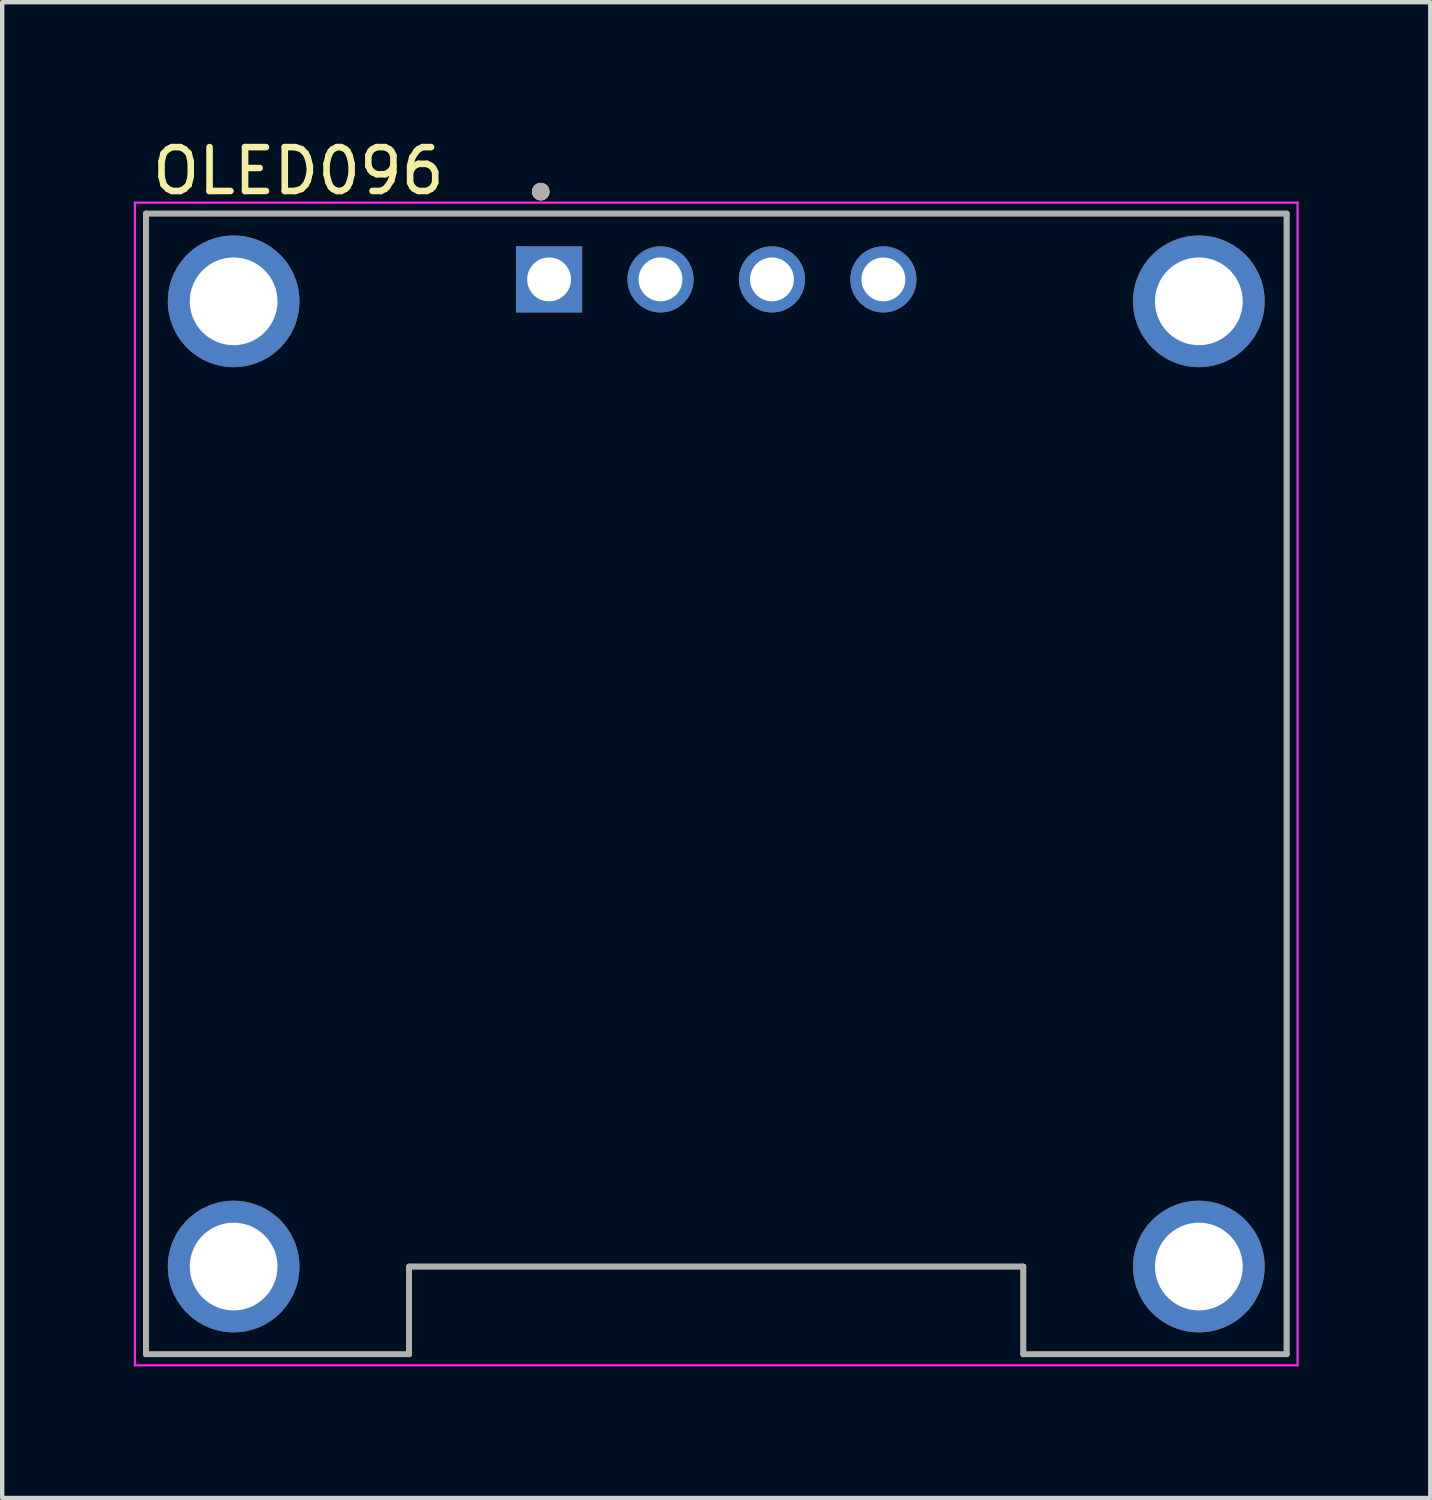
<source format=kicad_pcb>
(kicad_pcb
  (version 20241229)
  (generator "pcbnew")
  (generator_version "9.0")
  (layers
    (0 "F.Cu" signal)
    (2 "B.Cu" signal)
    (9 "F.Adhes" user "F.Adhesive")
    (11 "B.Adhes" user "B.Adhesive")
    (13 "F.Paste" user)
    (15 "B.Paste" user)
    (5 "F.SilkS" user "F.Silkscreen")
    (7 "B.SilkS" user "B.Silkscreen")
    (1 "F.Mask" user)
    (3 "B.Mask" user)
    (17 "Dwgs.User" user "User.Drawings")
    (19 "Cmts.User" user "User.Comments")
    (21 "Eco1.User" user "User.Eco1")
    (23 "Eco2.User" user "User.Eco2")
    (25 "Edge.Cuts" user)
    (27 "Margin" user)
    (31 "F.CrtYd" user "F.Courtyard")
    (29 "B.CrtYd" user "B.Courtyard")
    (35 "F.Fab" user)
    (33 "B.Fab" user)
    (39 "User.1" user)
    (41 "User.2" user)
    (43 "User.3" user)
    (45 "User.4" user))
  (footprint "OLED096"
    (layer "F.Cu")
    (at 13.275 14.818)
    (property "Reference" "OLED096" (at -9.525 -13.97 0) (layer "F.SilkS") (effects (font (size 1 1) (thickness 0.15))))
    (attr through_hole)
    (fp_line (start -13 -13) (end 13 -13) (stroke (width 0.127) (type solid)) (layer "F.SilkS"))
    (fp_line (start -13 13) (end -13 -13) (stroke (width 0.127) (type solid)) (layer "F.SilkS"))
    (fp_line (start -7 11) (end -7 13) (stroke (width 0.127) (type solid)) (layer "F.SilkS"))
    (fp_line (start -7 13) (end -13 13) (stroke (width 0.127) (type solid)) (layer "F.SilkS"))
    (fp_line (start 7 11) (end -7 11) (stroke (width 0.127) (type solid)) (layer "F.SilkS"))
    (fp_line (start 7 13) (end 7 11) (stroke (width 0.127) (type solid)) (layer "F.SilkS"))
    (fp_line (start 13 -13) (end 13 13) (stroke (width 0.127) (type solid)) (layer "F.SilkS"))
    (fp_line (start 13 13) (end 7 13) (stroke (width 0.127) (type solid)) (layer "F.SilkS"))
    (fp_circle (center -4 -13.5) (end -3.9 -13.5) (stroke (width 0.2) (type solid)) (fill no) (layer "F.SilkS"))
    (fp_line (start -13.25 -13.25) (end 13.25 -13.25) (stroke (width 0.05) (type solid)) (layer "F.CrtYd"))
    (fp_line (start -13.25 13.25) (end -13.25 -13.25) (stroke (width 0.05) (type solid)) (layer "F.CrtYd"))
    (fp_line (start 13.25 -13.25) (end 13.25 13.25) (stroke (width 0.05) (type solid)) (layer "F.CrtYd"))
    (fp_line (start 13.25 13.25) (end -13.25 13.25) (stroke (width 0.05) (type solid)) (layer "F.CrtYd"))
    (fp_line (start -13 -13) (end 13 -13) (stroke (width 0.127) (type solid)) (layer "F.Fab"))
    (fp_line (start -13 13) (end -13 -13) (stroke (width 0.127) (type solid)) (layer "F.Fab"))
    (fp_line (start -7 11) (end 7 11) (stroke (width 0.127) (type solid)) (layer "F.Fab"))
    (fp_line (start -7 13) (end -13 13) (stroke (width 0.127) (type solid)) (layer "F.Fab"))
    (fp_line (start -7 13) (end -7 11) (stroke (width 0.127) (type solid)) (layer "F.Fab"))
    (fp_line (start 7 11) (end 7 13) (stroke (width 0.127) (type solid)) (layer "F.Fab"))
    (fp_line (start 13 -13) (end 13 13) (stroke (width 0.127) (type solid)) (layer "F.Fab"))
    (fp_line (start 13 13) (end 7 13) (stroke (width 0.127) (type solid)) (layer "F.Fab"))
    (fp_circle (center -4 -13.5) (end -3.9 -13.5) (stroke (width 0.2) (type solid)) (fill no) (layer "F.Fab"))
    (pad "1" thru_hole rect (at -3.81 -11.5) (size 1.508 1.508) (drill 1) (layers "*.Cu" "*.Mask"))
    (pad "2" thru_hole circle (at -1.27 -11.5) (size 1.508 1.508) (drill 1) (layers "*.Cu" "*.Mask"))
    (pad "3" thru_hole circle (at 1.27 -11.5) (size 1.508 1.508) (drill 1) (layers "*.Cu" "*.Mask"))
    (pad "4" thru_hole circle (at 3.81 -11.5) (size 1.508 1.508) (drill 1) (layers "*.Cu" "*.Mask"))
    (pad "S1" thru_hole circle (at -11 -11) (size 3 3) (drill 2) (layers "*.Cu" "*.Mask"))
    (pad "S2" thru_hole circle (at 11 -11) (size 3 3) (drill 2) (layers "*.Cu" "*.Mask"))
    (pad "S3" thru_hole circle (at 11 11) (size 3 3) (drill 2) (layers "*.Cu" "*.Mask"))
    (pad "S4" thru_hole circle (at -11 11) (size 3 3) (drill 2) (layers "*.Cu" "*.Mask")))
  (gr_rect
    (start -3 -3)
    (end 29.55 31.093)
    (stroke (width 0.1) (type default))
    (fill no)
    (layer "Edge.Cuts")))
</source>
